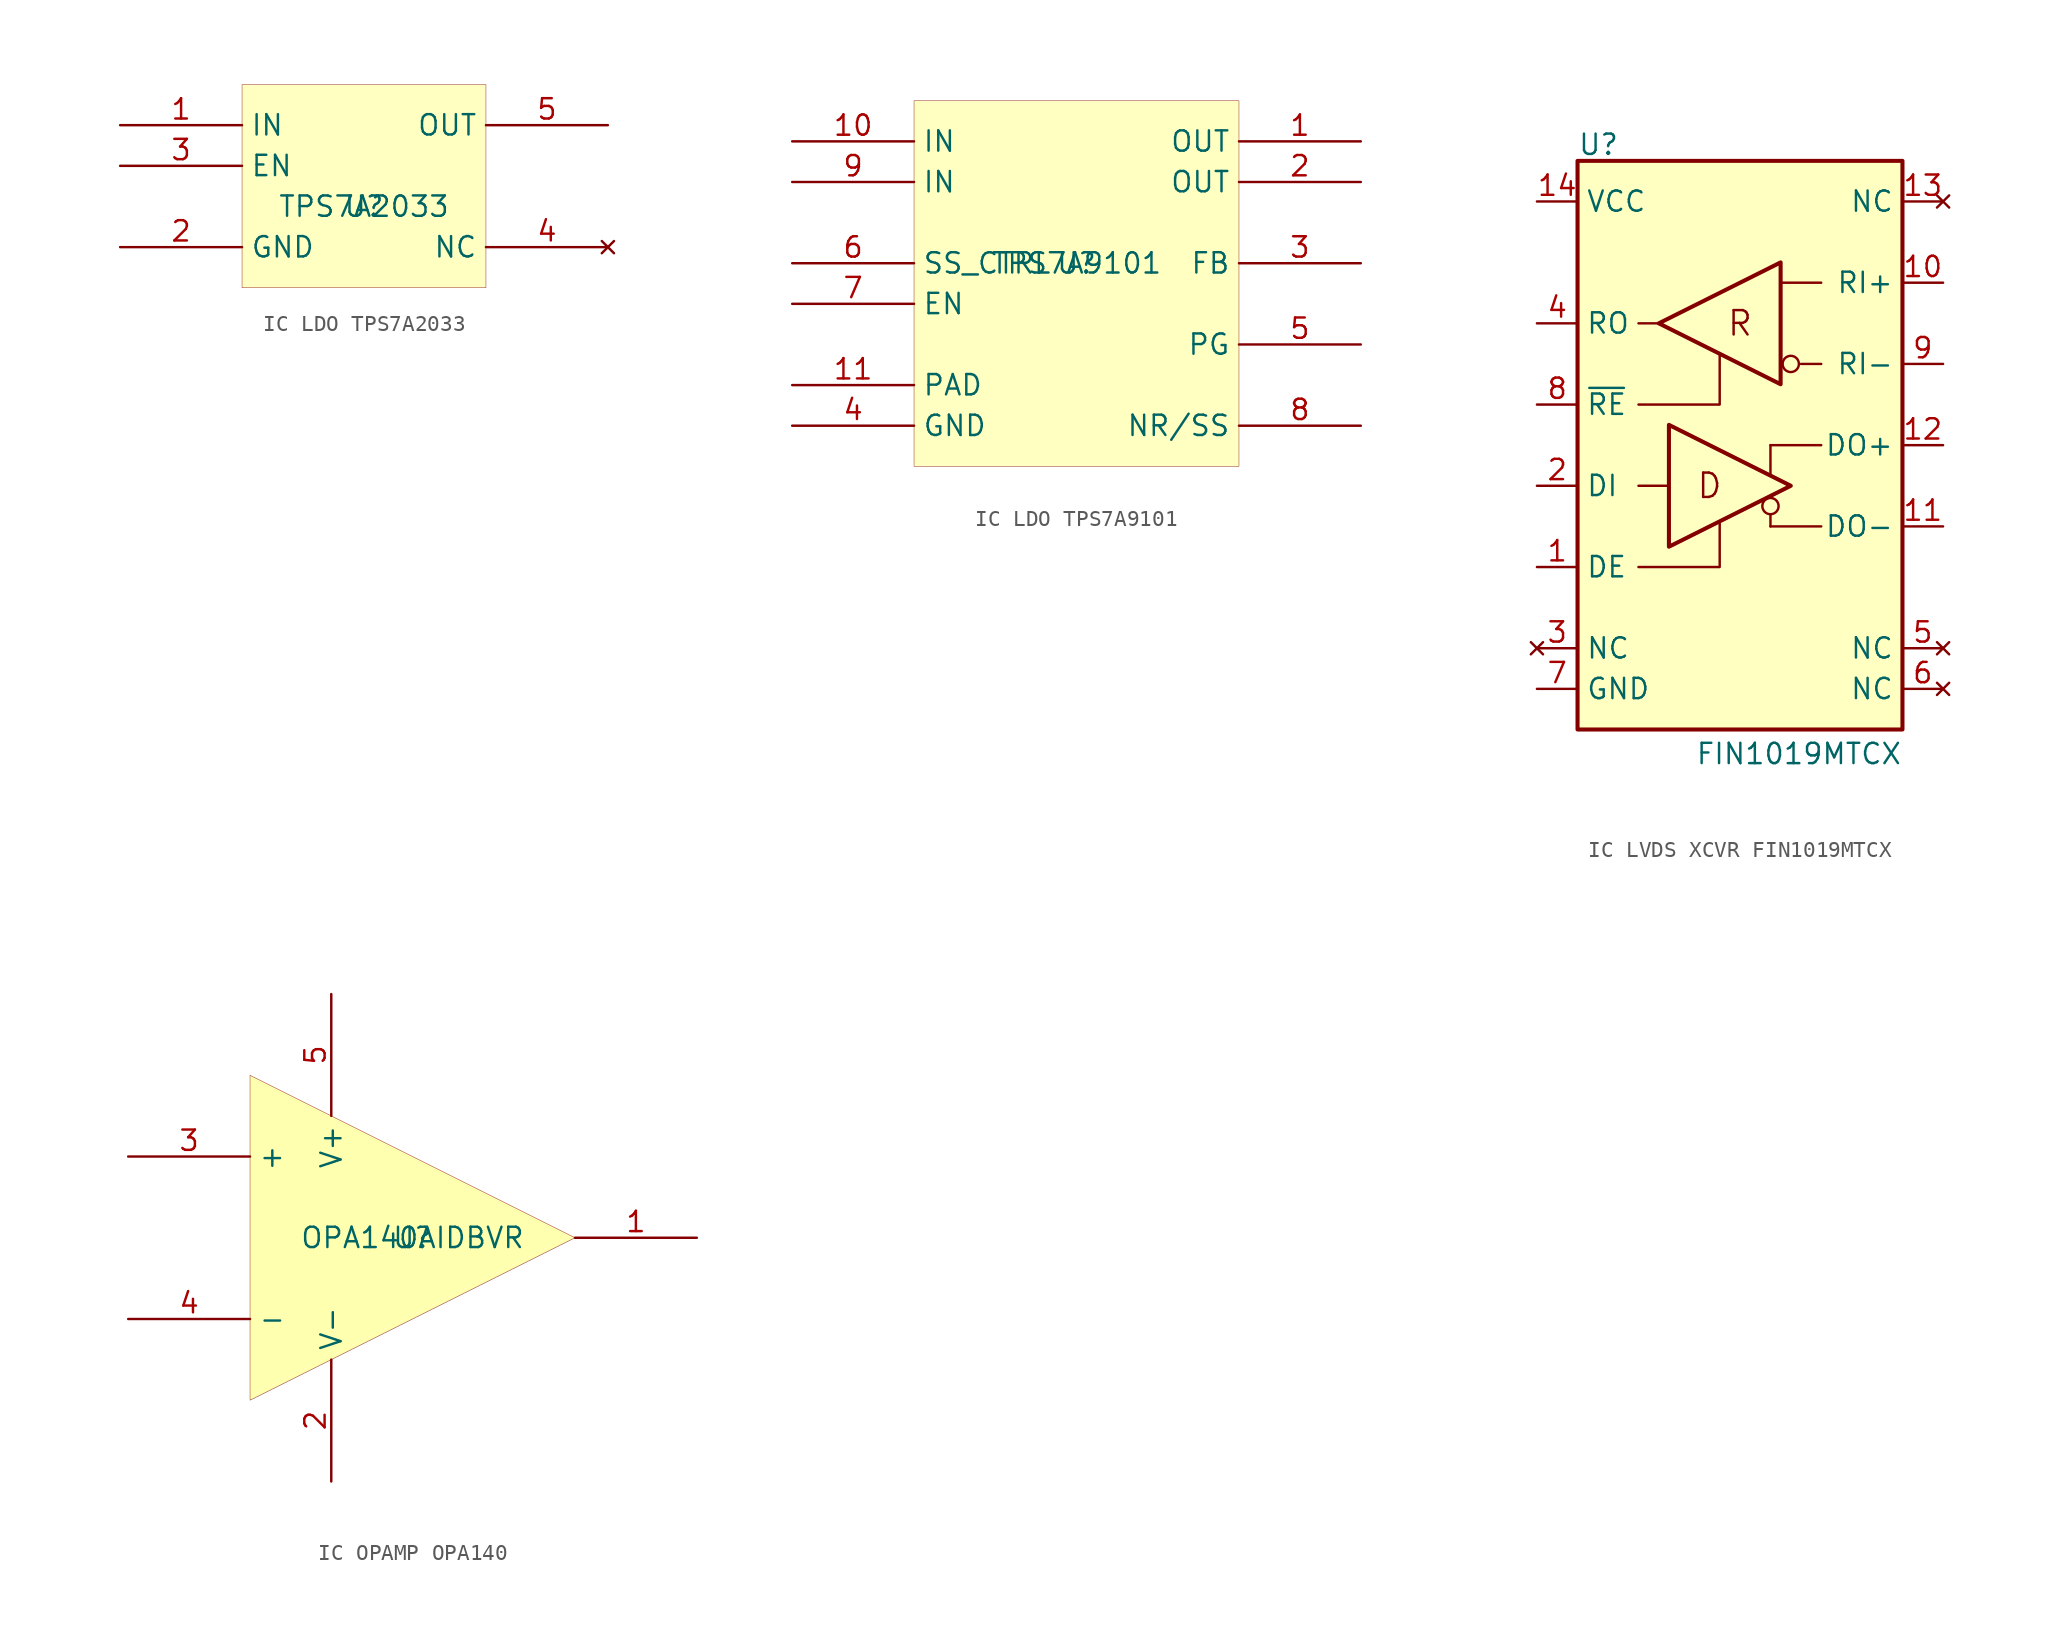
<source format=kicad_sym>
(kicad_symbol_lib
  (version 20241209)
  (generator "kicad_symbol_editor")
  (generator_version "9.0")
  (symbol "IC LDO TPS7A2033"
    (property "Reference" "U"
      (at 0 0 0)
      (effects (font (size 1.27 1.27))))
    (property "Value" "TPS7A2033"
      (at 0 0 0)
      (effects (font (size 1.27 1.27))))
    (symbol "IC LDO TPS7A2033_1_0"
      (rectangle (start 7.62 7.62) (end -7.62 -5.08) (stroke (width 0.025) (type solid) (color 128 0 0 1)) (fill (type background)))
      (pin power_in line (at -15.24 5.08 0) (length 7.62) (name "IN" (effects (font (size 1.27 1.27)))) (number "1" (effects (font (size 1.27 1.27)))))
      (pin input line (at -15.24 2.54 0) (length 7.62) (name "EN" (effects (font (size 1.27 1.27)))) (number "3" (effects (font (size 1.27 1.27)))))
      (pin power_in line (at -15.24 -2.54 0) (length 7.62) (name "GND" (effects (font (size 1.27 1.27)))) (number "2" (effects (font (size 1.27 1.27)))))
      (pin power_out line (at 15.24 5.08 180) (length 7.62) (name "OUT" (effects (font (size 1.27 1.27)))) (number "5" (effects (font (size 1.27 1.27)))))
      (pin no_connect line (at 15.24 -2.54 180) (length 7.62) (name "NC" (effects (font (size 1.27 1.27)))) (number "4" (effects (font (size 1.27 1.27)))))))
  (symbol "IC LDO TPS7A9101"
    (property "Reference" "U"
      (at 0 0 0)
      (effects (font (size 1.27 1.27))))
    (property "Value" "TPS7A9101"
      (at 0 0 0)
      (effects (font (size 1.27 1.27))))
    (symbol "IC LDO TPS7A9101_1_0"
      (rectangle (start 10.16 10.16) (end -10.16 -12.7) (stroke (width 0.025) (type solid) (color 128 0 0 1)) (fill (type background)))
      (pin power_in line (at -17.78 7.62 0) (length 7.62) (name "IN" (effects (font (size 1.27 1.27)))) (number "10" (effects (font (size 1.27 1.27)))))
      (pin power_in line (at -17.78 5.08 0) (length 7.62) (name "IN" (effects (font (size 1.27 1.27)))) (number "9" (effects (font (size 1.27 1.27)))))
      (pin input line (at -17.78 0 0) (length 7.62) (name "SS_CTRL" (effects (font (size 1.27 1.27)))) (number "6" (effects (font (size 1.27 1.27)))))
      (pin input line (at -17.78 -2.54 0) (length 7.62) (name "EN" (effects (font (size 1.27 1.27)))) (number "7" (effects (font (size 1.27 1.27)))))
      (pin power_in line (at -17.78 -7.62 0) (length 7.62) (name "PAD" (effects (font (size 1.27 1.27)))) (number "11" (effects (font (size 1.27 1.27)))))
      (pin power_in line (at -17.78 -10.16 0) (length 7.62) (name "GND" (effects (font (size 1.27 1.27)))) (number "4" (effects (font (size 1.27 1.27)))))
      (pin power_out line (at 17.78 7.62 180) (length 7.62) (name "OUT" (effects (font (size 1.27 1.27)))) (number "1" (effects (font (size 1.27 1.27)))))
      (pin power_out line (at 17.78 5.08 180) (length 7.62) (name "OUT" (effects (font (size 1.27 1.27)))) (number "2" (effects (font (size 1.27 1.27)))))
      (pin passive line (at 17.78 0 180) (length 7.62) (name "FB" (effects (font (size 1.27 1.27)))) (number "3" (effects (font (size 1.27 1.27)))))
      (pin open_collector line (at 17.78 -5.08 180) (length 7.62) (name "PG" (effects (font (size 1.27 1.27)))) (number "5" (effects (font (size 1.27 1.27)))))
      (pin passive line (at 17.78 -10.16 180) (length 7.62) (name "NR/SS" (effects (font (size 1.27 1.27)))) (number "8" (effects (font (size 1.27 1.27)))))))
  (symbol "IC LVDS XCVR FIN1019MTCX"
    (property "Reference" "U"
      (at 0 3.556 0)
      (effects (font (size 1.27 1.27)) (justify left)))
    (property "Value" "FIN1019MTCX"
      (at 20.32 -34.544 0)
      (effects (font (size 1.27 1.27)) (justify right)))
    (symbol "IC LVDS XCVR FIN1019MTCX_0_0"
      (rectangle (start 0 2.54) (end 20.32 -33.02) (stroke (width 0.254) (type default)) (fill (type background)))
      (polyline (pts (xy 12.065 -17.145) (xy 12.065 -15.24)) (stroke (width 0) (type default)) (fill (type none)))
      (circle (center 12.065 -19.05) (radius 0.508) (stroke (width 0) (type default)) (fill (type none)))
      (polyline (pts (xy 12.065 -19.558) (xy 12.065 -20.32)) (stroke (width 0) (type default)) (fill (type none)))
      (circle (center 13.335 -10.16) (radius 0.508) (stroke (width 0) (type default)) (fill (type none)))
      (text "D" (at 8.255 -17.78 0) (effects (font (size 1.524 1.524))))
      (text "R" (at 10.16 -7.62 0) (effects (font (size 1.524 1.524)))))
    (symbol "IC LVDS XCVR FIN1019MTCX_0_1"
      (polyline (pts (xy 3.81 -7.62) (xy 5.08 -7.62)) (stroke (width 0) (type default)) (fill (type none)))
      (polyline (pts (xy 3.81 -12.7) (xy 8.89 -12.7) (xy 8.89 -9.652)) (stroke (width 0) (type default)) (fill (type none)))
      (polyline (pts (xy 3.81 -17.78) (xy 5.715 -17.78)) (stroke (width 0) (type default)) (fill (type none)))
      (polyline (pts (xy 3.81 -22.86) (xy 8.89 -22.86) (xy 8.89 -20.066)) (stroke (width 0) (type default)) (fill (type none)))
      (polyline (pts (xy 5.715 -21.59) (xy 5.715 -13.97) (xy 13.335 -17.78) (xy 5.715 -21.59)) (stroke (width 0.254) (type default)) (fill (type none)))
      (polyline (pts (xy 12.065 -20.32) (xy 15.24 -20.32)) (stroke (width 0) (type default)) (fill (type none)))
      (polyline (pts (xy 12.7 -3.81) (xy 12.7 -11.43) (xy 5.08 -7.62) (xy 12.7 -3.81)) (stroke (width 0.254) (type default)) (fill (type none)))
      (polyline (pts (xy 12.7 -5.08) (xy 15.24 -5.08)) (stroke (width 0) (type default)) (fill (type none)))
      (polyline (pts (xy 15.24 -10.16) (xy 13.97 -10.16)) (stroke (width 0) (type default)) (fill (type none)))
      (polyline (pts (xy 15.24 -15.24) (xy 12.065 -15.24)) (stroke (width 0) (type default)) (fill (type none))))
    (symbol "IC LVDS XCVR FIN1019MTCX_1_1"
      (pin power_in line (at -2.54 0 0) (length 2.54) (name "VCC" (effects (font (size 1.27 1.27)))) (number "14" (effects (font (size 1.27 1.27)))))
      (pin tri_state line (at -2.54 -7.62 0) (length 2.54) (name "RO" (effects (font (size 1.27 1.27)))) (number "4" (effects (font (size 1.27 1.27)))))
      (pin input line (at -2.54 -12.7 0) (length 2.54) (name "~{RE}" (effects (font (size 1.27 1.27)))) (number "8" (effects (font (size 1.27 1.27)))))
      (pin input line (at -2.54 -17.78 0) (length 2.54) (name "DI" (effects (font (size 1.27 1.27)))) (number "2" (effects (font (size 1.27 1.27)))))
      (pin input line (at -2.54 -22.86 0) (length 2.54) (name "DE" (effects (font (size 1.27 1.27)))) (number "1" (effects (font (size 1.27 1.27)))))
      (pin no_connect line (at -2.54 -27.94 0) (length 2.54) (name "NC" (effects (font (size 1.27 1.27)))) (number "3" (effects (font (size 1.27 1.27)))))
      (pin power_in line (at -2.54 -30.48 0) (length 2.54) (name "GND" (effects (font (size 1.27 1.27)))) (number "7" (effects (font (size 1.27 1.27)))))
      (pin no_connect line (at 22.86 0 180) (length 2.54) (name "NC" (effects (font (size 1.27 1.27)))) (number "13" (effects (font (size 1.27 1.27)))))
      (pin input line (at 22.86 -5.08 180) (length 2.54) (name "RI+" (effects (font (size 1.27 1.27)))) (number "10" (effects (font (size 1.27 1.27)))))
      (pin input line (at 22.86 -10.16 180) (length 2.54) (name "RI-" (effects (font (size 1.27 1.27)))) (number "9" (effects (font (size 1.27 1.27)))))
      (pin tri_state line (at 22.86 -15.24 180) (length 2.54) (name "DO+" (effects (font (size 1.27 1.27)))) (number "12" (effects (font (size 1.27 1.27)))))
      (pin tri_state line (at 22.86 -20.32 180) (length 2.54) (name "DO-" (effects (font (size 1.27 1.27)))) (number "11" (effects (font (size 1.27 1.27)))))
      (pin no_connect line (at 22.86 -27.94 180) (length 2.54) (name "NC" (effects (font (size 1.27 1.27)))) (number "5" (effects (font (size 1.27 1.27)))))
      (pin no_connect line (at 22.86 -30.48 180) (length 2.54) (name "NC" (effects (font (size 1.27 1.27)))) (number "6" (effects (font (size 1.27 1.27)))))))
  (symbol "IC OPAMP OPA140"
    (property "Reference" "U"
      (at 0 0 0)
      (effects (font (size 1.27 1.27))))
    (property "Value" "OPA140AIDBVR"
      (at 0 0 0)
      (effects (font (size 1.27 1.27))))
    (symbol "IC OPAMP OPA140_1_0"
      (polyline (pts (xy -10.16 10.16) (xy 10.16 0) (xy -10.16 -10.16) (xy -10.16 10.16)) (stroke (width 0.025) (type solid) (color 128 0 0 1)) (fill (type color) (color 255 255 176 1)))
      (pin input line (at -17.78 5.08 0) (length 7.62) (name "+" (effects (font (size 1.27 1.27)))) (number "3" (effects (font (size 1.27 1.27)))))
      (pin input line (at -17.78 -5.08 0) (length 7.62) (name "-" (effects (font (size 1.27 1.27)))) (number "4" (effects (font (size 1.27 1.27)))))
      (pin power_in line (at -5.08 15.24 270) (length 7.62) (name "V+" (effects (font (size 1.27 1.27)))) (number "5" (effects (font (size 1.27 1.27)))))
      (pin power_in line (at -5.08 -15.24 90) (length 7.62) (name "V-" (effects (font (size 1.27 1.27)))) (number "2" (effects (font (size 1.27 1.27)))))
      (pin output line (at 17.78 0 180) (length 7.62) (name "OUT" (effects (font (size 0 0)))) (number "1" (effects (font (size 1.27 1.27))))))))
</source>
